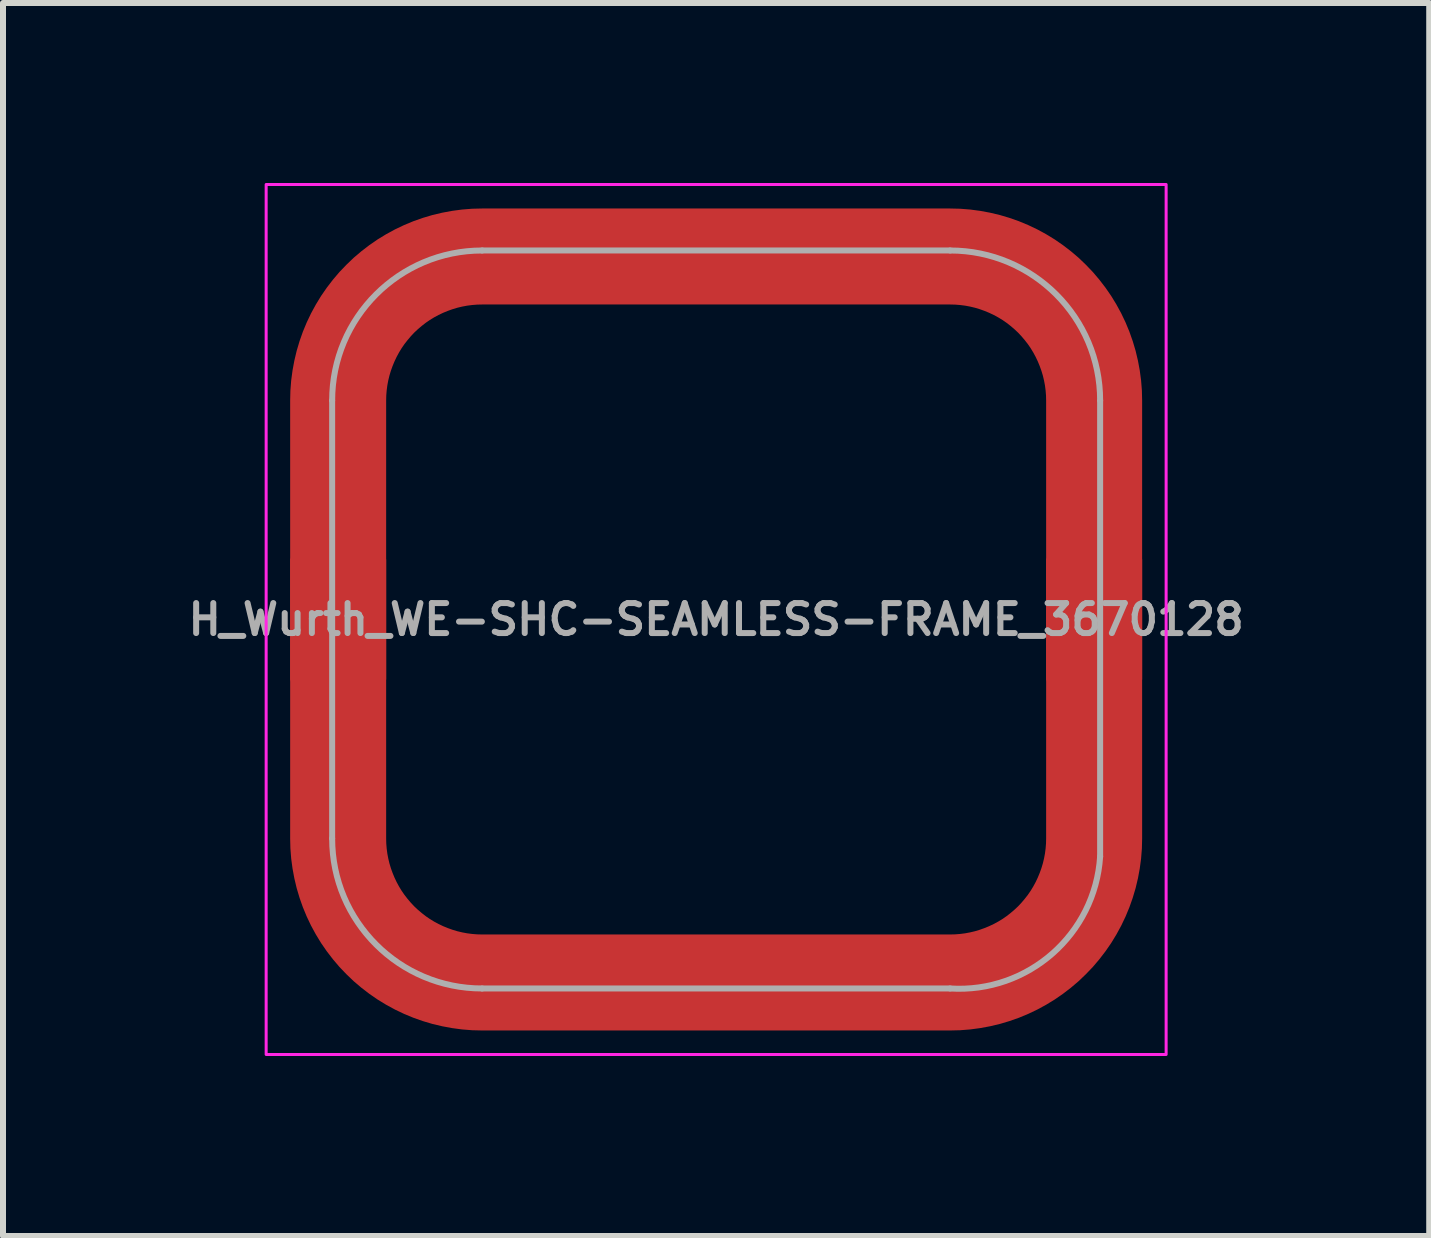
<source format=kicad_pcb>
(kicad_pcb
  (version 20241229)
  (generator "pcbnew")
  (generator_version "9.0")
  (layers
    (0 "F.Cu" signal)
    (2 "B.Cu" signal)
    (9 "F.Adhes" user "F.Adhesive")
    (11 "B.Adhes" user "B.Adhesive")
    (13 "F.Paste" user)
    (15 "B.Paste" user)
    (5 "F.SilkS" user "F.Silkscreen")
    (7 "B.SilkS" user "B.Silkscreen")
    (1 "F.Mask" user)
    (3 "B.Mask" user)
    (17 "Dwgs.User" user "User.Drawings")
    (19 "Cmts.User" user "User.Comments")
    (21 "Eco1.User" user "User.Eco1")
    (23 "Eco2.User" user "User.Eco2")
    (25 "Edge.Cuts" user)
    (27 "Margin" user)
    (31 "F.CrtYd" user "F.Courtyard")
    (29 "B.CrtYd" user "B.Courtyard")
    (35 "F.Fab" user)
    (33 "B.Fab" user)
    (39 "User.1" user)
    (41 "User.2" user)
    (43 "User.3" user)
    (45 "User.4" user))
  (footprint "H_Wurth_WE-SHC-SEAMLESS-FRAME_3670128"
    (layer "F.Cu")
    (at 8.886 7.275)
    (property "Reference" "H_Wurth_WE-SHC-SEAMLESS-FRAME_3670128" (at 0 0 0) (unlocked yes) (layer "F.Fab") (effects (font (size 0.5 0.5) (thickness 0.1))))
    (attr smd)
    (fp_rect (start -7.5 -7.25) (end 7.5 7.25) (stroke (width 0.05) (type solid)) (fill no) (layer "F.CrtYd"))
    (fp_line (start -6.4 3.65) (end -6.4 -3.65) (stroke (width 0.1) (type solid)) (layer "F.Fab"))
    (fp_line (start -3.9 -6.15) (end 3.9 -6.15) (stroke (width 0.1) (type solid)) (layer "F.Fab"))
    (fp_line (start -3.9 6.15) (end 3.9 6.15) (stroke (width 0.1) (type solid)) (layer "F.Fab"))
    (fp_line (start 6.4 3.95) (end 6.4 -3.65) (stroke (width 0.1) (type solid)) (layer "F.Fab"))
    (fp_arc (start -6.4 -3.65) (mid -5.667767 -5.417766) (end -3.9 -6.15) (stroke (width 0.1) (type default)) (layer "F.Fab"))
    (fp_arc (start -3.9 6.15) (mid -5.667766 5.417767) (end -6.4 3.65) (stroke (width 0.1) (type default)) (layer "F.Fab"))
    (fp_arc (start 3.9 -6.15) (mid 5.667766 -5.417767) (end 6.4 -3.65) (stroke (width 0.1) (type default)) (layer "F.Fab"))
    (fp_arc (start 6.4 3.95) (mid 5.605635 5.567767) (end 3.9 6.15) (stroke (width 0.1) (type default)) (layer "F.Fab"))
    (pad "1" smd custom (at 0 -6.05) (size 7.3 1.5) (layers "F.Cu" "F.Mask" "F.Paste") (options (anchor rect)) (primitives (gr_poly (pts (xy -5.55 7.05) (xy -7.05 7.05) (xy -7.05 2.4) (xy -7.046 2.235) (xy -7.033 2.071) (xy -7.011 1.907) (xy -6.981 1.745) (xy -6.943 1.585) (xy -6.896 1.427) (xy -6.841 1.271) (xy -6.778 1.119) (xy -6.707 0.97) (xy -6.628 0.825) (xy -6.542 0.684) (xy -6.448 0.548) (xy -6.348 0.418) (xy -6.241 0.292) (xy -6.127 0.173) (xy -6.008 0.059) (xy -5.882 -0.048) (xy -5.752 -0.148) (xy -5.616 -0.242) (xy -5.475 -0.328) (xy -5.33 -0.407) (xy -5.181 -0.478) (xy -5.029 -0.541) (xy -4.873 -0.596) (xy -4.715 -0.643) (xy -4.555 -0.681) (xy -4.393 -0.711) (xy -4.229 -0.733) (xy -4.065 -0.746) (xy -3.9 -0.75) (xy 3.9 -0.75) (xy 4.065 -0.746) (xy 4.229 -0.733) (xy 4.393 -0.711) (xy 4.555 -0.681) (xy 4.715 -0.643) (xy 4.873 -0.596) (xy 5.029 -0.541) (xy 5.181 -0.478) (xy 5.33 -0.407) (xy 5.475 -0.328) (xy 5.616 -0.242) (xy 5.752 -0.148) (xy 5.882 -0.048) (xy 6.008 0.059) (xy 6.127 0.173) (xy 6.241 0.292) (xy 6.348 0.418) (xy 6.448 0.548) (xy 6.542 0.684) (xy 6.628 0.825) (xy 6.707 0.97) (xy 6.778 1.119) (xy 6.841 1.271) (xy 6.896 1.427) (xy 6.943 1.585) (xy 6.981 1.745) (xy 7.011 1.907) (xy 7.033 2.071) (xy 7.046 2.235) (xy 7.05 2.4) (xy 7.05 7.05) (xy 5.55 7.05) (xy 5.55 2.4) (xy 5.548 2.314) (xy 5.541 2.228) (xy 5.53 2.142) (xy 5.514 2.057) (xy 5.494 1.973) (xy 5.469 1.89) (xy 5.44 1.809) (xy 5.407 1.729) (xy 5.37 1.651) (xy 5.329 1.575) (xy 5.284 1.501) (xy 5.235 1.43) (xy 5.182 1.362) (xy 5.126 1.296) (xy 5.067 1.233) (xy 5.004 1.174) (xy 4.938 1.118) (xy 4.87 1.065) (xy 4.799 1.016) (xy 4.725 0.971) (xy 4.649 0.93) (xy 4.571 0.893) (xy 4.491 0.86) (xy 4.41 0.831) (xy 4.327 0.806) (xy 4.243 0.786) (xy 4.158 0.77) (xy 4.072 0.759) (xy 3.986 0.752) (xy 3.9 0.75) (xy -3.9 0.75) (xy -3.986 0.752) (xy -4.072 0.759) (xy -4.158 0.77) (xy -4.243 0.786) (xy -4.327 0.806) (xy -4.41 0.831) (xy -4.491 0.86) (xy -4.571 0.893) (xy -4.649 0.93) (xy -4.725 0.971) (xy -4.799 1.016) (xy -4.87 1.065) (xy -4.938 1.118) (xy -5.004 1.174) (xy -5.067 1.233) (xy -5.126 1.296) (xy -5.182 1.362) (xy -5.235 1.43) (xy -5.284 1.501) (xy -5.329 1.575) (xy -5.37 1.651) (xy -5.407 1.729) (xy -5.44 1.809) (xy -5.469 1.89) (xy -5.494 1.973) (xy -5.514 2.057) (xy -5.53 2.142) (xy -5.541 2.228) (xy -5.548 2.314) (xy -5.55 2.4) (xy -5.55 7.05)) (width 0.1) (fill yes))))
    (pad "1" smd custom (at 6.3 0) (size 1.5 7.3) (layers "F.Cu" "F.Mask" "F.Paste") (options (anchor rect)) (primitives (gr_poly (pts (xy -0.75 -1) (xy 0.75 -1) (xy 0.75 3.65) (xy 0.746 3.815) (xy 0.733 3.979) (xy 0.711 4.143) (xy 0.681 4.305) (xy 0.643 4.465) (xy 0.596 4.623) (xy 0.541 4.779) (xy 0.478 4.931) (xy 0.407 5.08) (xy 0.328 5.225) (xy 0.242 5.366) (xy 0.148 5.502) (xy 0.048 5.632) (xy -0.059 5.758) (xy -0.173 5.877) (xy -0.292 5.991) (xy -0.418 6.098) (xy -0.548 6.198) (xy -0.684 6.292) (xy -0.825 6.378) (xy -0.97 6.457) (xy -1.119 6.528) (xy -1.271 6.591) (xy -1.427 6.646) (xy -1.585 6.693) (xy -1.745 6.731) (xy -1.907 6.761) (xy -2.071 6.783) (xy -2.235 6.796) (xy -2.4 6.8) (xy -10.2 6.8) (xy -10.365 6.796) (xy -10.529 6.783) (xy -10.693 6.761) (xy -10.855 6.731) (xy -11.015 6.693) (xy -11.173 6.646) (xy -11.329 6.591) (xy -11.481 6.528) (xy -11.63 6.457) (xy -11.775 6.378) (xy -11.916 6.292) (xy -12.052 6.198) (xy -12.182 6.098) (xy -12.308 5.991) (xy -12.427 5.877) (xy -12.541 5.758) (xy -12.648 5.632) (xy -12.748 5.502) (xy -12.842 5.366) (xy -12.928 5.225) (xy -13.007 5.08) (xy -13.078 4.931) (xy -13.141 4.779) (xy -13.196 4.623) (xy -13.243 4.465) (xy -13.281 4.305) (xy -13.311 4.143) (xy -13.333 3.979) (xy -13.346 3.815) (xy -13.35 3.65) (xy -13.35 -1) (xy -11.85 -1) (xy -11.85 3.65) (xy -11.848 3.736) (xy -11.841 3.822) (xy -11.83 3.908) (xy -11.814 3.993) (xy -11.794 4.077) (xy -11.769 4.16) (xy -11.74 4.241) (xy -11.707 4.321) (xy -11.67 4.399) (xy -11.629 4.475) (xy -11.584 4.549) (xy -11.535 4.62) (xy -11.482 4.688) (xy -11.426 4.754) (xy -11.367 4.817) (xy -11.304 4.876) (xy -11.238 4.932) (xy -11.17 4.985) (xy -11.099 5.034) (xy -11.025 5.079) (xy -10.949 5.12) (xy -10.871 5.157) (xy -10.791 5.19) (xy -10.71 5.219) (xy -10.627 5.244) (xy -10.543 5.264) (xy -10.458 5.28) (xy -10.372 5.291) (xy -10.286 5.298) (xy -10.2 5.3) (xy -2.4 5.3) (xy -2.314 5.298) (xy -2.228 5.291) (xy -2.142 5.28) (xy -2.057 5.264) (xy -1.973 5.244) (xy -1.89 5.219) (xy -1.809 5.19) (xy -1.729 5.157) (xy -1.651 5.12) (xy -1.575 5.079) (xy -1.501 5.034) (xy -1.43 4.985) (xy -1.362 4.932) (xy -1.296 4.876) (xy -1.233 4.817) (xy -1.174 4.754) (xy -1.118 4.688) (xy -1.065 4.62) (xy -1.016 4.549) (xy -0.971 4.475) (xy -0.93 4.399) (xy -0.893 4.321) (xy -0.86 4.241) (xy -0.831 4.16) (xy -0.806 4.077) (xy -0.786 3.993) (xy -0.77 3.908) (xy -0.759 3.822) (xy -0.752 3.736) (xy -0.75 3.65) (xy -0.75 -1)) (width 0.1) (fill yes)))))
  (gr_rect
    (start -3 -3)
    (end 20.771 17.55)
    (stroke (width 0.1) (type default))
    (fill no)
    (layer "Edge.Cuts")))
</source>
